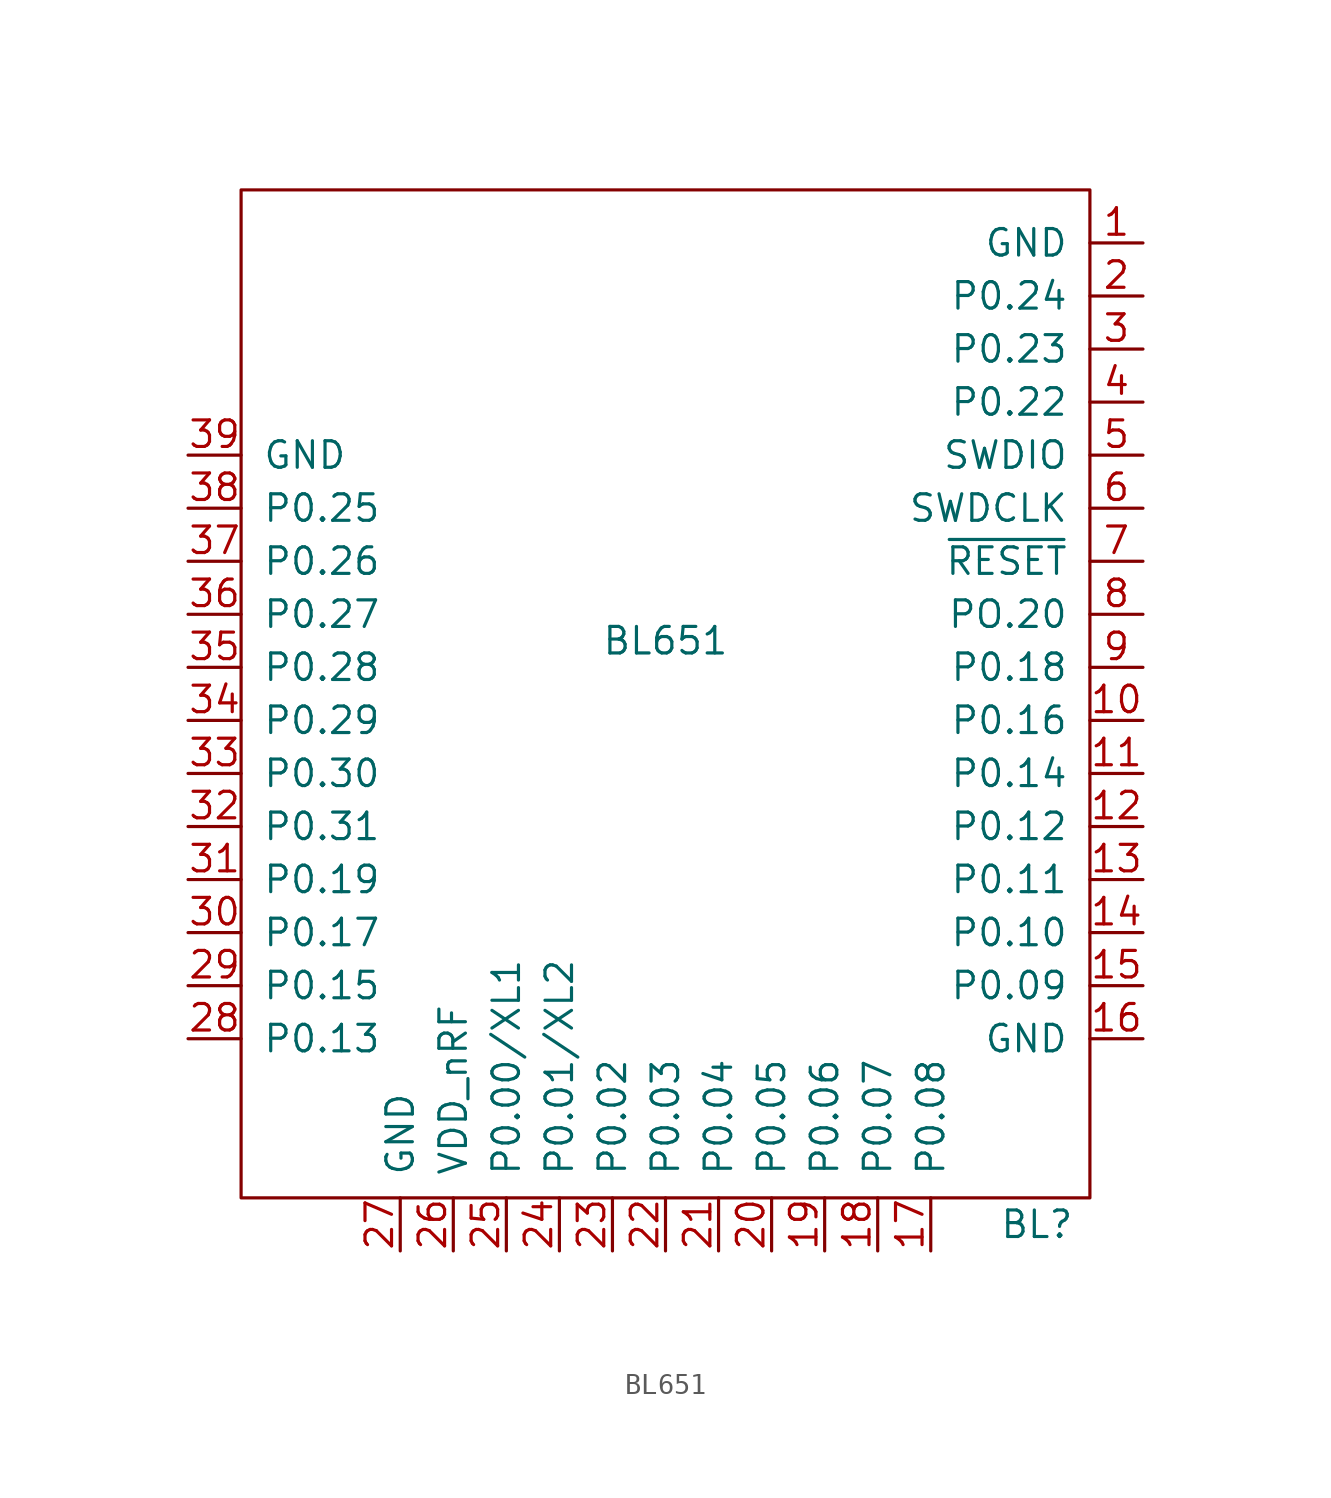
<source format=kicad_sym>
(kicad_symbol_lib
  (version 20211014)
  (generator kicad_symbol_editor)
  (symbol "BL651"
    (pin_names
      (offset 1.016))
    (property "Reference" "BL"
      (at 17.78 -27.94 0)
      (effects (font (size 1.27 1.27))))
    (property "Value" "BL651"
      (at 0 0 0)
      (effects (font (size 1.27 1.27))))
    (symbol "BL651_0_1"
      (rectangle (start 20.32 -26.67) (end -20.32 21.59) (stroke (width 0) (type default) (color 0 0 0 0)) (fill (type none))))
    (symbol "BL651_1_1"
      (pin power_in line (at 22.86 19.05 180) (length 2.54) (name "GND" (effects (font (size 1.27 1.27)))) (number "1" (effects (font (size 1.27 1.27)))))
      (pin bidirectional line (at 22.86 -3.81 180) (length 2.54) (name "P0.16" (effects (font (size 1.27 1.27)))) (number "10" (effects (font (size 1.27 1.27)))))
      (pin bidirectional line (at 22.86 -6.35 180) (length 2.54) (name "P0.14" (effects (font (size 1.27 1.27)))) (number "11" (effects (font (size 1.27 1.27)))))
      (pin bidirectional line (at 22.86 -8.89 180) (length 2.54) (name "P0.12" (effects (font (size 1.27 1.27)))) (number "12" (effects (font (size 1.27 1.27)))))
      (pin bidirectional line (at 22.86 -11.43 180) (length 2.54) (name "P0.11" (effects (font (size 1.27 1.27)))) (number "13" (effects (font (size 1.27 1.27)))))
      (pin bidirectional line (at 22.86 -13.97 180) (length 2.54) (name "P0.10" (effects (font (size 1.27 1.27)))) (number "14" (effects (font (size 1.27 1.27)))))
      (pin bidirectional line (at 22.86 -16.51 180) (length 2.54) (name "P0.09" (effects (font (size 1.27 1.27)))) (number "15" (effects (font (size 1.27 1.27)))))
      (pin power_in line (at 22.86 -19.05 180) (length 2.54) (name "GND" (effects (font (size 1.27 1.27)))) (number "16" (effects (font (size 1.27 1.27)))))
      (pin bidirectional line (at 12.7 -29.21 90) (length 2.54) (name "P0.08" (effects (font (size 1.27 1.27)))) (number "17" (effects (font (size 1.27 1.27)))))
      (pin bidirectional line (at 10.16 -29.21 90) (length 2.54) (name "P0.07" (effects (font (size 1.27 1.27)))) (number "18" (effects (font (size 1.27 1.27)))))
      (pin bidirectional line (at 7.62 -29.21 90) (length 2.54) (name "P0.06" (effects (font (size 1.27 1.27)))) (number "19" (effects (font (size 1.27 1.27)))))
      (pin bidirectional line (at 22.86 16.51 180) (length 2.54) (name "P0.24" (effects (font (size 1.27 1.27)))) (number "2" (effects (font (size 1.27 1.27)))))
      (pin bidirectional line (at 5.08 -29.21 90) (length 2.54) (name "P0.05" (effects (font (size 1.27 1.27)))) (number "20" (effects (font (size 1.27 1.27)))))
      (pin bidirectional line (at 2.54 -29.21 90) (length 2.54) (name "P0.04" (effects (font (size 1.27 1.27)))) (number "21" (effects (font (size 1.27 1.27)))))
      (pin bidirectional line (at 0 -29.21 90) (length 2.54) (name "P0.03" (effects (font (size 1.27 1.27)))) (number "22" (effects (font (size 1.27 1.27)))))
      (pin bidirectional line (at -2.54 -29.21 90) (length 2.54) (name "P0.02" (effects (font (size 1.27 1.27)))) (number "23" (effects (font (size 1.27 1.27)))))
      (pin bidirectional line (at -5.08 -29.21 90) (length 2.54) (name "P0.01/XL2" (effects (font (size 1.27 1.27)))) (number "24" (effects (font (size 1.27 1.27)))))
      (pin bidirectional line (at -7.62 -29.21 90) (length 2.54) (name "P0.00/XL1" (effects (font (size 1.27 1.27)))) (number "25" (effects (font (size 1.27 1.27)))))
      (pin power_in line (at -10.16 -29.21 90) (length 2.54) (name "VDD_nRF" (effects (font (size 1.27 1.27)))) (number "26" (effects (font (size 1.27 1.27)))))
      (pin power_in line (at -12.7 -29.21 90) (length 2.54) (name "GND" (effects (font (size 1.27 1.27)))) (number "27" (effects (font (size 1.27 1.27)))))
      (pin bidirectional line (at -22.86 -19.05 0) (length 2.54) (name "P0.13" (effects (font (size 1.27 1.27)))) (number "28" (effects (font (size 1.27 1.27)))))
      (pin bidirectional line (at -22.86 -16.51 0) (length 2.54) (name "P0.15" (effects (font (size 1.27 1.27)))) (number "29" (effects (font (size 1.27 1.27)))))
      (pin bidirectional line (at 22.86 13.97 180) (length 2.54) (name "P0.23" (effects (font (size 1.27 1.27)))) (number "3" (effects (font (size 1.27 1.27)))))
      (pin bidirectional line (at -22.86 -13.97 0) (length 2.54) (name "P0.17" (effects (font (size 1.27 1.27)))) (number "30" (effects (font (size 1.27 1.27)))))
      (pin bidirectional line (at -22.86 -11.43 0) (length 2.54) (name "P0.19" (effects (font (size 1.27 1.27)))) (number "31" (effects (font (size 1.27 1.27)))))
      (pin bidirectional line (at -22.86 -8.89 0) (length 2.54) (name "P0.31" (effects (font (size 1.27 1.27)))) (number "32" (effects (font (size 1.27 1.27)))))
      (pin bidirectional line (at -22.86 -6.35 0) (length 2.54) (name "P0.30" (effects (font (size 1.27 1.27)))) (number "33" (effects (font (size 1.27 1.27)))))
      (pin bidirectional line (at -22.86 -3.81 0) (length 2.54) (name "P0.29" (effects (font (size 1.27 1.27)))) (number "34" (effects (font (size 1.27 1.27)))))
      (pin bidirectional line (at -22.86 -1.27 0) (length 2.54) (name "P0.28" (effects (font (size 1.27 1.27)))) (number "35" (effects (font (size 1.27 1.27)))))
      (pin bidirectional line (at -22.86 1.27 0) (length 2.54) (name "P0.27" (effects (font (size 1.27 1.27)))) (number "36" (effects (font (size 1.27 1.27)))))
      (pin bidirectional line (at -22.86 3.81 0) (length 2.54) (name "P0.26" (effects (font (size 1.27 1.27)))) (number "37" (effects (font (size 1.27 1.27)))))
      (pin bidirectional line (at -22.86 6.35 0) (length 2.54) (name "P0.25" (effects (font (size 1.27 1.27)))) (number "38" (effects (font (size 1.27 1.27)))))
      (pin power_in line (at -22.86 8.89 0) (length 2.54) (name "GND" (effects (font (size 1.27 1.27)))) (number "39" (effects (font (size 1.27 1.27)))))
      (pin bidirectional line (at 22.86 11.43 180) (length 2.54) (name "P0.22" (effects (font (size 1.27 1.27)))) (number "4" (effects (font (size 1.27 1.27)))))
      (pin bidirectional line (at 22.86 8.89 180) (length 2.54) (name "SWDIO" (effects (font (size 1.27 1.27)))) (number "5" (effects (font (size 1.27 1.27)))))
      (pin input line (at 22.86 6.35 180) (length 2.54) (name "SWDCLK" (effects (font (size 1.27 1.27)))) (number "6" (effects (font (size 1.27 1.27)))))
      (pin input line (at 22.86 3.81 180) (length 2.54) (name "~{RESET}" (effects (font (size 1.27 1.27)))) (number "7" (effects (font (size 1.27 1.27)))))
      (pin bidirectional line (at 22.86 1.27 180) (length 2.54) (name "PO.20" (effects (font (size 1.27 1.27)))) (number "8" (effects (font (size 1.27 1.27)))))
      (pin bidirectional line (at 22.86 -1.27 180) (length 2.54) (name "P0.18" (effects (font (size 1.27 1.27)))) (number "9" (effects (font (size 1.27 1.27))))))))
</source>
